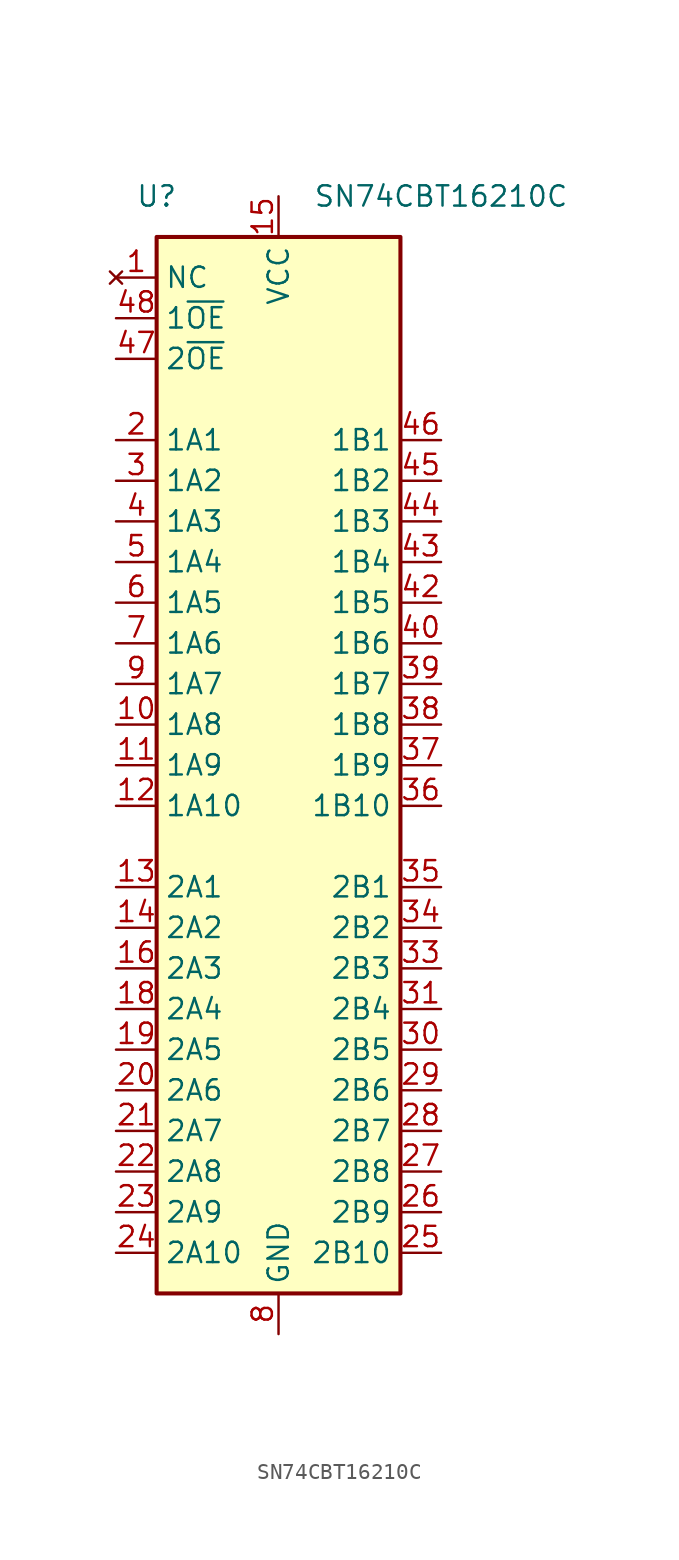
<source format=kicad_sym>
(kicad_symbol_lib
  (version 20220914)
  (generator kicad_symbol_editor)
  (symbol "SN74CBT16210C"
    (property "Reference" "U"
      (at -7.62 35.56 0)
      (effects (font (size 1.27 1.27))))
    (property "Value" "SN74CBT16210C"
      (at 10.16 35.56 0)
      (effects (font (size 1.27 1.27))))
    (symbol "SN74CBT16210C_0_1"
      (rectangle (start -7.62 33.02) (end 7.62 -33.02) (stroke (width 0.254) (type default)) (fill (type background))))
    (symbol "SN74CBT16210C_1_0"
      (pin bidirectional line (at -10.16 2.54 0) (length 2.54) (name "1A8" (effects (font (size 1.27 1.27)))) (number "10" (effects (font (size 1.27 1.27)))))
      (pin bidirectional line (at -10.16 0 0) (length 2.54) (name "1A9" (effects (font (size 1.27 1.27)))) (number "11" (effects (font (size 1.27 1.27)))))
      (pin bidirectional line (at -10.16 -2.54 0) (length 2.54) (name "1A10" (effects (font (size 1.27 1.27)))) (number "12" (effects (font (size 1.27 1.27)))))
      (pin bidirectional line (at -10.16 -7.62 0) (length 2.54) (name "2A1" (effects (font (size 1.27 1.27)))) (number "13" (effects (font (size 1.27 1.27)))))
      (pin bidirectional line (at -10.16 -10.16 0) (length 2.54) (name "2A2" (effects (font (size 1.27 1.27)))) (number "14" (effects (font (size 1.27 1.27)))))
      (pin power_in line (at 0 35.56 270) (length 2.54) (name "VCC" (effects (font (size 1.27 1.27)))) (number "15" (effects (font (size 1.27 1.27)))))
      (pin bidirectional line (at -10.16 -12.7 0) (length 2.54) (name "2A3" (effects (font (size 1.27 1.27)))) (number "16" (effects (font (size 1.27 1.27)))))
      (pin passive line (at 0 -35.56 90) (length 2.54) hide (name "GND" (effects (font (size 1.27 1.27)))) (number "17" (effects (font (size 1.27 1.27)))))
      (pin bidirectional line (at -10.16 -15.24 0) (length 2.54) (name "2A4" (effects (font (size 1.27 1.27)))) (number "18" (effects (font (size 1.27 1.27)))))
      (pin bidirectional line (at -10.16 -17.78 0) (length 2.54) (name "2A5" (effects (font (size 1.27 1.27)))) (number "19" (effects (font (size 1.27 1.27)))))
      (pin bidirectional line (at -10.16 20.32 0) (length 2.54) (name "1A1" (effects (font (size 1.27 1.27)))) (number "2" (effects (font (size 1.27 1.27)))))
      (pin bidirectional line (at -10.16 -20.32 0) (length 2.54) (name "2A6" (effects (font (size 1.27 1.27)))) (number "20" (effects (font (size 1.27 1.27)))))
      (pin bidirectional line (at -10.16 -22.86 0) (length 2.54) (name "2A7" (effects (font (size 1.27 1.27)))) (number "21" (effects (font (size 1.27 1.27)))))
      (pin bidirectional line (at -10.16 -25.4 0) (length 2.54) (name "2A8" (effects (font (size 1.27 1.27)))) (number "22" (effects (font (size 1.27 1.27)))))
      (pin bidirectional line (at -10.16 -27.94 0) (length 2.54) (name "2A9" (effects (font (size 1.27 1.27)))) (number "23" (effects (font (size 1.27 1.27)))))
      (pin bidirectional line (at -10.16 -30.48 0) (length 2.54) (name "2A10" (effects (font (size 1.27 1.27)))) (number "24" (effects (font (size 1.27 1.27)))))
      (pin bidirectional line (at 10.16 -30.48 180) (length 2.54) (name "2B10" (effects (font (size 1.27 1.27)))) (number "25" (effects (font (size 1.27 1.27)))))
      (pin bidirectional line (at 10.16 -27.94 180) (length 2.54) (name "2B9" (effects (font (size 1.27 1.27)))) (number "26" (effects (font (size 1.27 1.27)))))
      (pin bidirectional line (at 10.16 -25.4 180) (length 2.54) (name "2B8" (effects (font (size 1.27 1.27)))) (number "27" (effects (font (size 1.27 1.27)))))
      (pin bidirectional line (at 10.16 -22.86 180) (length 2.54) (name "2B7" (effects (font (size 1.27 1.27)))) (number "28" (effects (font (size 1.27 1.27)))))
      (pin bidirectional line (at 10.16 -20.32 180) (length 2.54) (name "2B6" (effects (font (size 1.27 1.27)))) (number "29" (effects (font (size 1.27 1.27)))))
      (pin bidirectional line (at -10.16 17.78 0) (length 2.54) (name "1A2" (effects (font (size 1.27 1.27)))) (number "3" (effects (font (size 1.27 1.27)))))
      (pin bidirectional line (at 10.16 -17.78 180) (length 2.54) (name "2B5" (effects (font (size 1.27 1.27)))) (number "30" (effects (font (size 1.27 1.27)))))
      (pin bidirectional line (at 10.16 -15.24 180) (length 2.54) (name "2B4" (effects (font (size 1.27 1.27)))) (number "31" (effects (font (size 1.27 1.27)))))
      (pin passive line (at 0 -35.56 90) (length 2.54) hide (name "GND" (effects (font (size 1.27 1.27)))) (number "32" (effects (font (size 1.27 1.27)))))
      (pin bidirectional line (at 10.16 -12.7 180) (length 2.54) (name "2B3" (effects (font (size 1.27 1.27)))) (number "33" (effects (font (size 1.27 1.27)))))
      (pin bidirectional line (at 10.16 -10.16 180) (length 2.54) (name "2B2" (effects (font (size 1.27 1.27)))) (number "34" (effects (font (size 1.27 1.27)))))
      (pin bidirectional line (at 10.16 -7.62 180) (length 2.54) (name "2B1" (effects (font (size 1.27 1.27)))) (number "35" (effects (font (size 1.27 1.27)))))
      (pin bidirectional line (at 10.16 -2.54 180) (length 2.54) (name "1B10" (effects (font (size 1.27 1.27)))) (number "36" (effects (font (size 1.27 1.27)))))
      (pin bidirectional line (at 10.16 0 180) (length 2.54) (name "1B9" (effects (font (size 1.27 1.27)))) (number "37" (effects (font (size 1.27 1.27)))))
      (pin bidirectional line (at 10.16 2.54 180) (length 2.54) (name "1B8" (effects (font (size 1.27 1.27)))) (number "38" (effects (font (size 1.27 1.27)))))
      (pin bidirectional line (at 10.16 5.08 180) (length 2.54) (name "1B7" (effects (font (size 1.27 1.27)))) (number "39" (effects (font (size 1.27 1.27)))))
      (pin bidirectional line (at -10.16 15.24 0) (length 2.54) (name "1A3" (effects (font (size 1.27 1.27)))) (number "4" (effects (font (size 1.27 1.27)))))
      (pin bidirectional line (at 10.16 7.62 180) (length 2.54) (name "1B6" (effects (font (size 1.27 1.27)))) (number "40" (effects (font (size 1.27 1.27)))))
      (pin passive line (at 0 -35.56 90) (length 2.54) hide (name "GND" (effects (font (size 1.27 1.27)))) (number "41" (effects (font (size 1.27 1.27)))))
      (pin bidirectional line (at 10.16 10.16 180) (length 2.54) (name "1B5" (effects (font (size 1.27 1.27)))) (number "42" (effects (font (size 1.27 1.27)))))
      (pin bidirectional line (at 10.16 12.7 180) (length 2.54) (name "1B4" (effects (font (size 1.27 1.27)))) (number "43" (effects (font (size 1.27 1.27)))))
      (pin bidirectional line (at 10.16 15.24 180) (length 2.54) (name "1B3" (effects (font (size 1.27 1.27)))) (number "44" (effects (font (size 1.27 1.27)))))
      (pin bidirectional line (at 10.16 17.78 180) (length 2.54) (name "1B2" (effects (font (size 1.27 1.27)))) (number "45" (effects (font (size 1.27 1.27)))))
      (pin bidirectional line (at 10.16 20.32 180) (length 2.54) (name "1B1" (effects (font (size 1.27 1.27)))) (number "46" (effects (font (size 1.27 1.27)))))
      (pin input line (at -10.16 25.4 0) (length 2.54) (name "2~{OE}" (effects (font (size 1.27 1.27)))) (number "47" (effects (font (size 1.27 1.27)))))
      (pin input line (at -10.16 27.94 0) (length 2.54) (name "1~{OE}" (effects (font (size 1.27 1.27)))) (number "48" (effects (font (size 1.27 1.27)))))
      (pin bidirectional line (at -10.16 12.7 0) (length 2.54) (name "1A4" (effects (font (size 1.27 1.27)))) (number "5" (effects (font (size 1.27 1.27)))))
      (pin bidirectional line (at -10.16 10.16 0) (length 2.54) (name "1A5" (effects (font (size 1.27 1.27)))) (number "6" (effects (font (size 1.27 1.27)))))
      (pin bidirectional line (at -10.16 7.62 0) (length 2.54) (name "1A6" (effects (font (size 1.27 1.27)))) (number "7" (effects (font (size 1.27 1.27)))))
      (pin power_in line (at 0 -35.56 90) (length 2.54) (name "GND" (effects (font (size 1.27 1.27)))) (number "8" (effects (font (size 1.27 1.27)))))
      (pin bidirectional line (at -10.16 5.08 0) (length 2.54) (name "1A7" (effects (font (size 1.27 1.27)))) (number "9" (effects (font (size 1.27 1.27))))))
    (symbol "SN74CBT16210C_1_1"
      (pin no_connect line (at -10.16 30.48 0) (length 2.54) (name "NC" (effects (font (size 1.27 1.27)))) (number "1" (effects (font (size 1.27 1.27))))))))
</source>
